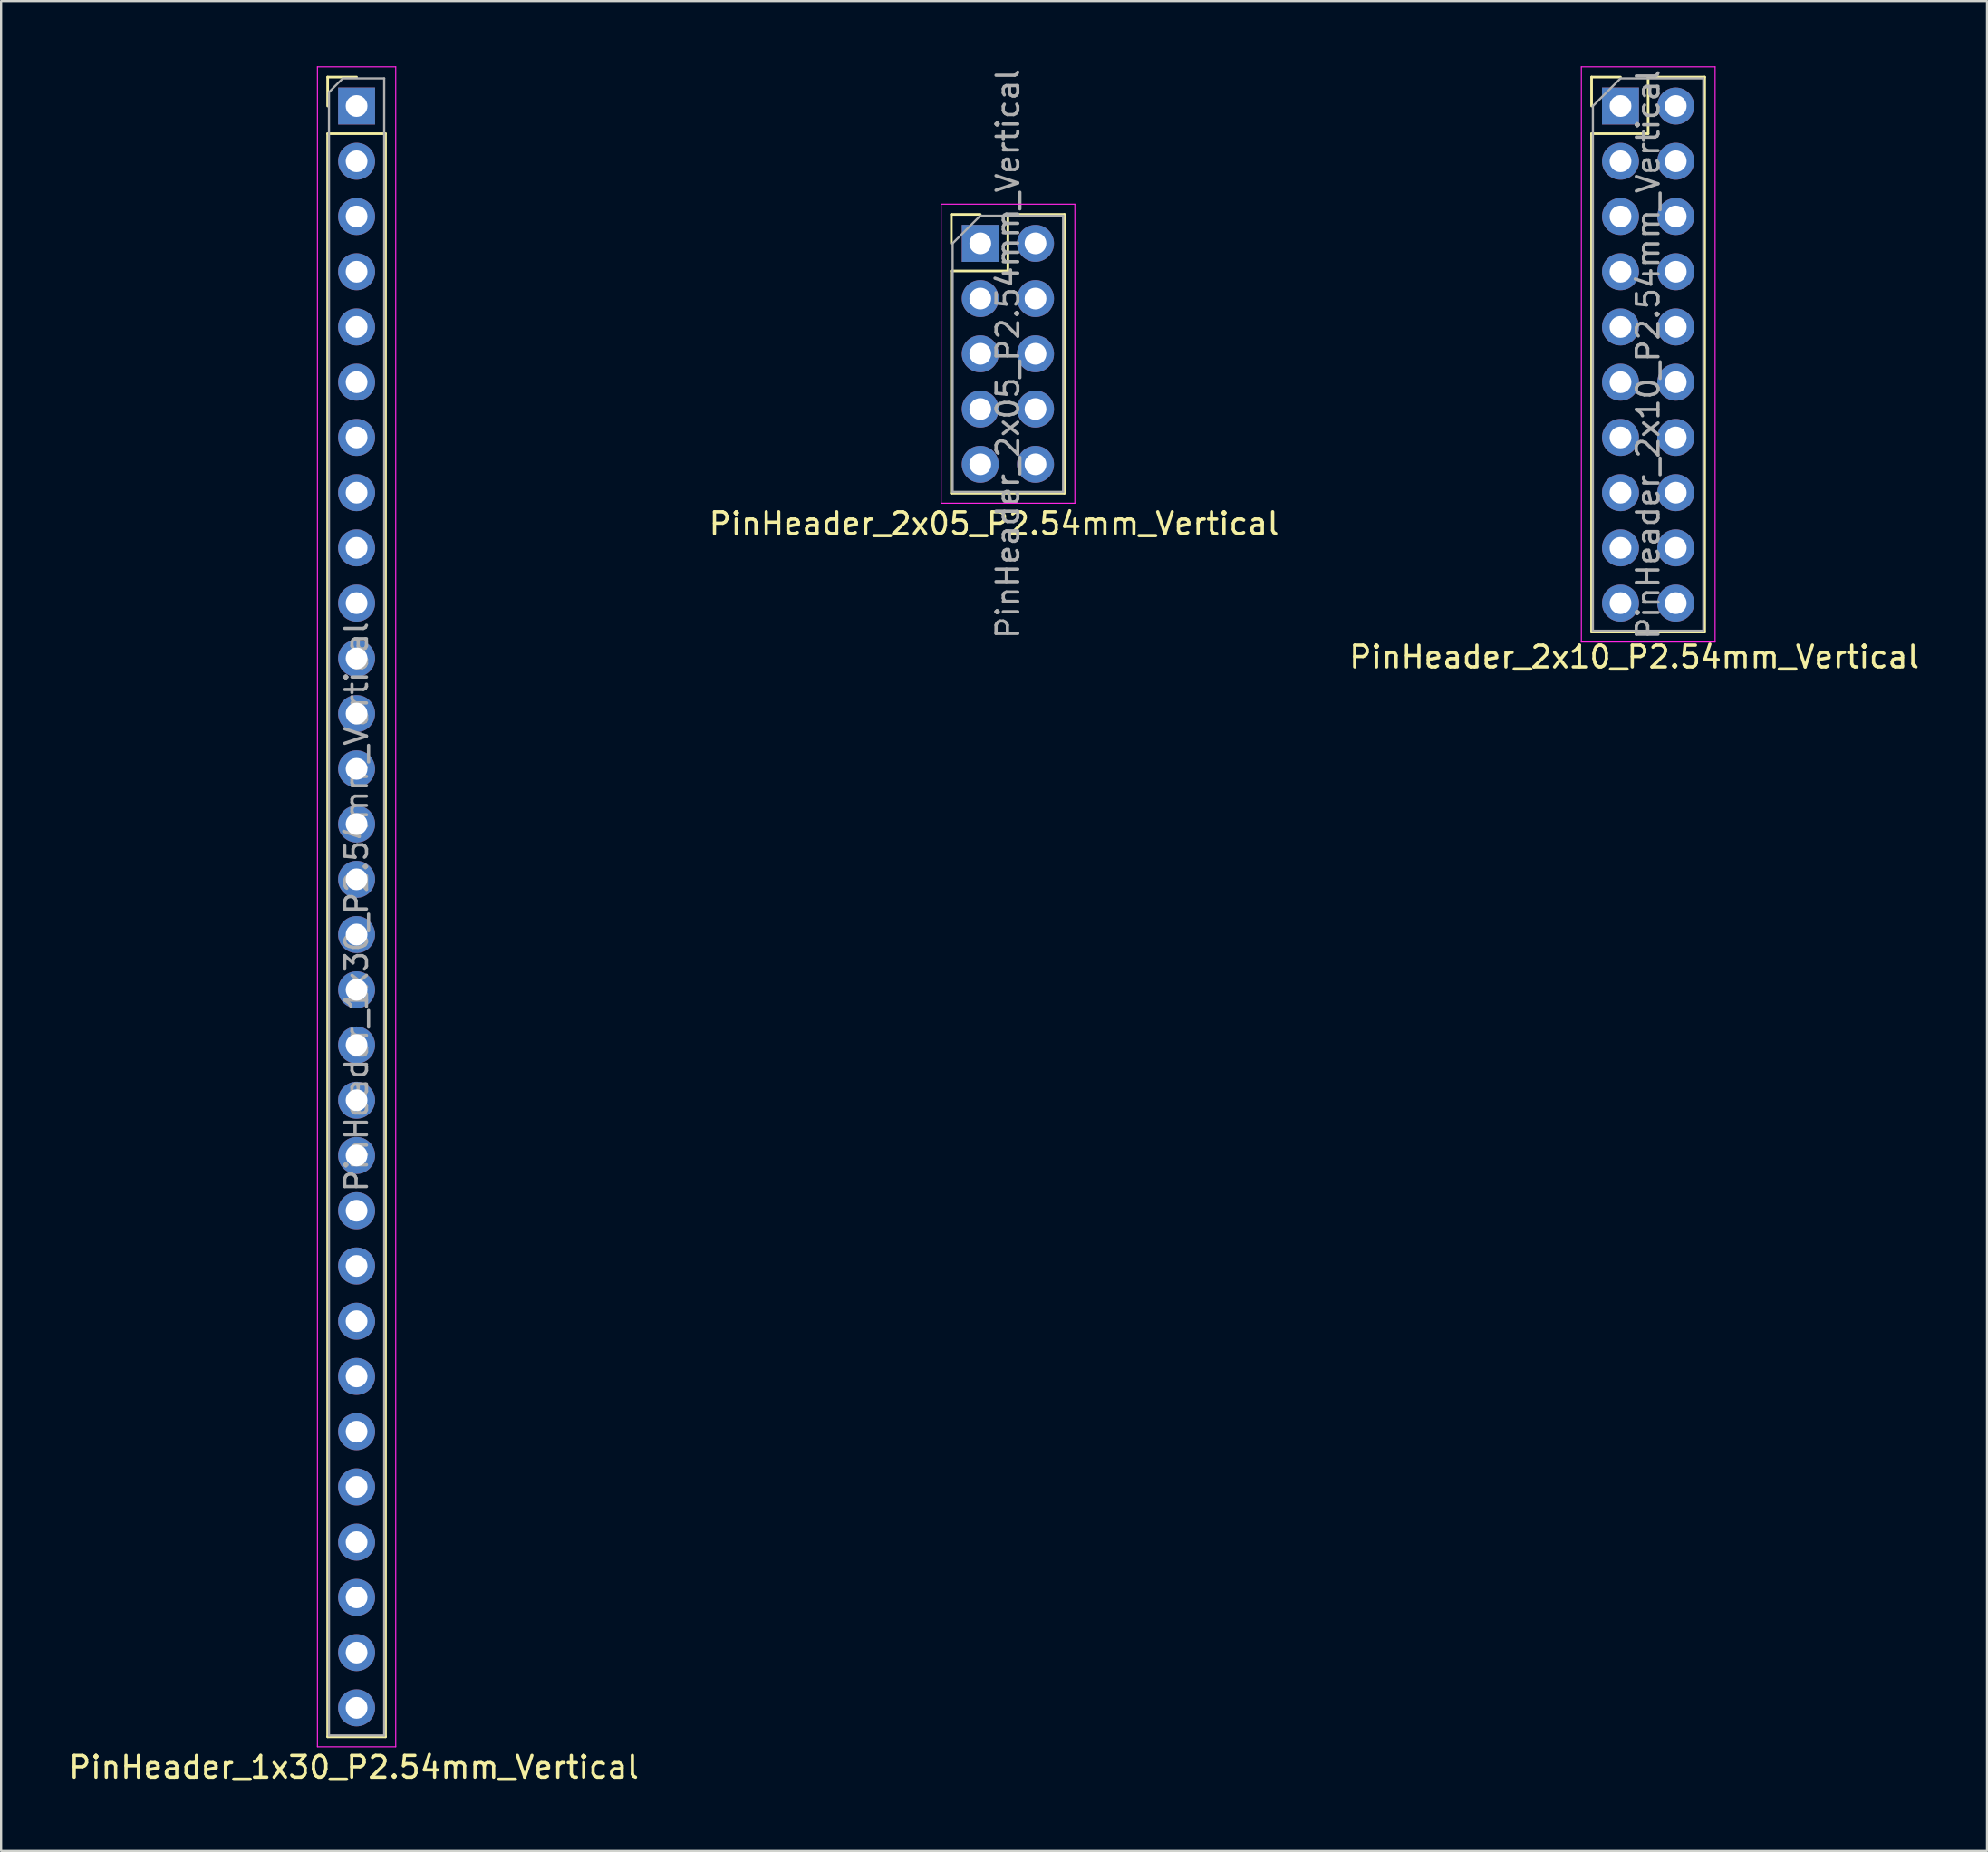
<source format=kicad_pcb>
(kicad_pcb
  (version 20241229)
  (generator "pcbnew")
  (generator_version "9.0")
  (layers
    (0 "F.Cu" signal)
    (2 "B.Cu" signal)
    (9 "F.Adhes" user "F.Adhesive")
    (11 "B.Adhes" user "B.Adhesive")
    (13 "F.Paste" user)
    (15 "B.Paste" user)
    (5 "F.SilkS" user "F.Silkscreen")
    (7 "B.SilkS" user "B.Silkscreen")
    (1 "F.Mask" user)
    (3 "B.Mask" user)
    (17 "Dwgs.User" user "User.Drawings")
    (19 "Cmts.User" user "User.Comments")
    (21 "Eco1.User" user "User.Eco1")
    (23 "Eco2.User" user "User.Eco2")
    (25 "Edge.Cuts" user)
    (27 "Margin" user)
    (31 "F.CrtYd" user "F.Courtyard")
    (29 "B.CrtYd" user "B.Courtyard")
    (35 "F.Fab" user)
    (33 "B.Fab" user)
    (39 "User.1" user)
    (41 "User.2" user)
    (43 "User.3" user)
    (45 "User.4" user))
  (footprint "PinHeader_2x10_P2.54mm_Vertical"
    (layer "F.Cu")
    (at 71.466 1.825)
    (property "Reference" "PinHeader_2x10_P2.54mm_Vertical" (at 0.635 25.337 0) (layer "F.SilkS") (effects (font (size 1 1) (thickness 0.15))))
    (attr through_hole)
    (fp_line (start -1.33 -1.33) (end 0 -1.33) (stroke (width 0.12) (type solid)) (layer "F.SilkS"))
    (fp_line (start -1.33 0) (end -1.33 -1.33) (stroke (width 0.12) (type solid)) (layer "F.SilkS"))
    (fp_line (start -1.33 1.27) (end -1.33 24.19) (stroke (width 0.12) (type solid)) (layer "F.SilkS"))
    (fp_line (start -1.33 1.27) (end 1.27 1.27) (stroke (width 0.12) (type solid)) (layer "F.SilkS"))
    (fp_line (start -1.33 24.19) (end 3.87 24.19) (stroke (width 0.12) (type solid)) (layer "F.SilkS"))
    (fp_line (start 1.27 -1.33) (end 3.87 -1.33) (stroke (width 0.12) (type solid)) (layer "F.SilkS"))
    (fp_line (start 1.27 1.27) (end 1.27 -1.33) (stroke (width 0.12) (type solid)) (layer "F.SilkS"))
    (fp_line (start 3.87 -1.33) (end 3.87 24.19) (stroke (width 0.12) (type solid)) (layer "F.SilkS"))
    (fp_line (start -1.8 -1.8) (end -1.8 24.65) (stroke (width 0.05) (type solid)) (layer "F.CrtYd"))
    (fp_line (start -1.8 24.65) (end 4.35 24.65) (stroke (width 0.05) (type solid)) (layer "F.CrtYd"))
    (fp_line (start 4.35 -1.8) (end -1.8 -1.8) (stroke (width 0.05) (type solid)) (layer "F.CrtYd"))
    (fp_line (start 4.35 24.65) (end 4.35 -1.8) (stroke (width 0.05) (type solid)) (layer "F.CrtYd"))
    (fp_line (start -1.27 0) (end 0 -1.27) (stroke (width 0.1) (type solid)) (layer "F.Fab"))
    (fp_line (start -1.27 24.13) (end -1.27 0) (stroke (width 0.1) (type solid)) (layer "F.Fab"))
    (fp_line (start 0 -1.27) (end 3.81 -1.27) (stroke (width 0.1) (type solid)) (layer "F.Fab"))
    (fp_line (start 3.81 -1.27) (end 3.81 24.13) (stroke (width 0.1) (type solid)) (layer "F.Fab"))
    (fp_line (start 3.81 24.13) (end -1.27 24.13) (stroke (width 0.1) (type solid)) (layer "F.Fab"))
    (fp_text user "${REFERENCE}" (at 1.27 11.43 90) (layer "F.Fab") (effects (font (size 1 1) (thickness 0.15))))
    (pad "1" thru_hole rect (at 0 0) (size 1.7 1.7) (drill 1) (layers "*.Cu" "*.Mask"))
    (pad "2" thru_hole oval (at 2.54 0) (size 1.7 1.7) (drill 1) (layers "*.Cu" "*.Mask"))
    (pad "3" thru_hole oval (at 0 2.54) (size 1.7 1.7) (drill 1) (layers "*.Cu" "*.Mask"))
    (pad "4" thru_hole oval (at 2.54 2.54) (size 1.7 1.7) (drill 1) (layers "*.Cu" "*.Mask"))
    (pad "5" thru_hole oval (at 0 5.08) (size 1.7 1.7) (drill 1) (layers "*.Cu" "*.Mask"))
    (pad "6" thru_hole oval (at 2.54 5.08) (size 1.7 1.7) (drill 1) (layers "*.Cu" "*.Mask"))
    (pad "7" thru_hole oval (at 0 7.62) (size 1.7 1.7) (drill 1) (layers "*.Cu" "*.Mask"))
    (pad "8" thru_hole oval (at 2.54 7.62) (size 1.7 1.7) (drill 1) (layers "*.Cu" "*.Mask"))
    (pad "9" thru_hole oval (at 0 10.16) (size 1.7 1.7) (drill 1) (layers "*.Cu" "*.Mask"))
    (pad "10" thru_hole oval (at 2.54 10.16) (size 1.7 1.7) (drill 1) (layers "*.Cu" "*.Mask"))
    (pad "11" thru_hole oval (at 0 12.7) (size 1.7 1.7) (drill 1) (layers "*.Cu" "*.Mask"))
    (pad "12" thru_hole oval (at 2.54 12.7) (size 1.7 1.7) (drill 1) (layers "*.Cu" "*.Mask"))
    (pad "13" thru_hole oval (at 0 15.24) (size 1.7 1.7) (drill 1) (layers "*.Cu" "*.Mask"))
    (pad "14" thru_hole oval (at 2.54 15.24) (size 1.7 1.7) (drill 1) (layers "*.Cu" "*.Mask"))
    (pad "15" thru_hole oval (at 0 17.78) (size 1.7 1.7) (drill 1) (layers "*.Cu" "*.Mask"))
    (pad "16" thru_hole oval (at 2.54 17.78) (size 1.7 1.7) (drill 1) (layers "*.Cu" "*.Mask"))
    (pad "17" thru_hole oval (at 0 20.32) (size 1.7 1.7) (drill 1) (layers "*.Cu" "*.Mask"))
    (pad "18" thru_hole oval (at 2.54 20.32) (size 1.7 1.7) (drill 1) (layers "*.Cu" "*.Mask"))
    (pad "19" thru_hole oval (at 0 22.86) (size 1.7 1.7) (drill 1) (layers "*.Cu" "*.Mask"))
    (pad "20" thru_hole oval (at 2.54 22.86) (size 1.7 1.7) (drill 1) (layers "*.Cu" "*.Mask")))
  (footprint "PinHeader_1x30_P2.54mm_Vertical"
    (layer "F.Cu")
    (at 13.347 1.825)
    (property "Reference" "PinHeader_1x30_P2.54mm_Vertical" (at -0.127 76.391 0) (layer "F.SilkS") (effects (font (size 1 1) (thickness 0.15))))
    (attr through_hole)
    (fp_line (start -1.33 -1.33) (end 0 -1.33) (stroke (width 0.12) (type solid)) (layer "F.SilkS"))
    (fp_line (start -1.33 0) (end -1.33 -1.33) (stroke (width 0.12) (type solid)) (layer "F.SilkS"))
    (fp_line (start -1.33 1.27) (end -1.33 74.99) (stroke (width 0.12) (type solid)) (layer "F.SilkS"))
    (fp_line (start -1.33 1.27) (end 1.33 1.27) (stroke (width 0.12) (type solid)) (layer "F.SilkS"))
    (fp_line (start -1.33 74.99) (end 1.33 74.99) (stroke (width 0.12) (type solid)) (layer "F.SilkS"))
    (fp_line (start 1.33 1.27) (end 1.33 74.99) (stroke (width 0.12) (type solid)) (layer "F.SilkS"))
    (fp_line (start -1.8 -1.8) (end -1.8 75.45) (stroke (width 0.05) (type solid)) (layer "F.CrtYd"))
    (fp_line (start -1.8 75.45) (end 1.8 75.45) (stroke (width 0.05) (type solid)) (layer "F.CrtYd"))
    (fp_line (start 1.8 -1.8) (end -1.8 -1.8) (stroke (width 0.05) (type solid)) (layer "F.CrtYd"))
    (fp_line (start 1.8 75.45) (end 1.8 -1.8) (stroke (width 0.05) (type solid)) (layer "F.CrtYd"))
    (fp_line (start -1.27 -0.635) (end -0.635 -1.27) (stroke (width 0.1) (type solid)) (layer "F.Fab"))
    (fp_line (start -1.27 74.93) (end -1.27 -0.635) (stroke (width 0.1) (type solid)) (layer "F.Fab"))
    (fp_line (start -0.635 -1.27) (end 1.27 -1.27) (stroke (width 0.1) (type solid)) (layer "F.Fab"))
    (fp_line (start 1.27 -1.27) (end 1.27 74.93) (stroke (width 0.1) (type solid)) (layer "F.Fab"))
    (fp_line (start 1.27 74.93) (end -1.27 74.93) (stroke (width 0.1) (type solid)) (layer "F.Fab"))
    (fp_text user "${REFERENCE}" (at 0 36.83 90) (layer "F.Fab") (effects (font (size 1 1) (thickness 0.15))))
    (pad "1" thru_hole rect (at 0 0) (size 1.7 1.7) (drill 1) (layers "*.Cu" "*.Mask"))
    (pad "2" thru_hole oval (at 0 2.54) (size 1.7 1.7) (drill 1) (layers "*.Cu" "*.Mask"))
    (pad "3" thru_hole oval (at 0 5.08) (size 1.7 1.7) (drill 1) (layers "*.Cu" "*.Mask"))
    (pad "4" thru_hole oval (at 0 7.62) (size 1.7 1.7) (drill 1) (layers "*.Cu" "*.Mask"))
    (pad "5" thru_hole oval (at 0 10.16) (size 1.7 1.7) (drill 1) (layers "*.Cu" "*.Mask"))
    (pad "6" thru_hole oval (at 0 12.7) (size 1.7 1.7) (drill 1) (layers "*.Cu" "*.Mask"))
    (pad "7" thru_hole oval (at 0 15.24) (size 1.7 1.7) (drill 1) (layers "*.Cu" "*.Mask"))
    (pad "8" thru_hole oval (at 0 17.78) (size 1.7 1.7) (drill 1) (layers "*.Cu" "*.Mask"))
    (pad "9" thru_hole oval (at 0 20.32) (size 1.7 1.7) (drill 1) (layers "*.Cu" "*.Mask"))
    (pad "10" thru_hole oval (at 0 22.86) (size 1.7 1.7) (drill 1) (layers "*.Cu" "*.Mask"))
    (pad "11" thru_hole oval (at 0 25.4) (size 1.7 1.7) (drill 1) (layers "*.Cu" "*.Mask"))
    (pad "12" thru_hole oval (at 0 27.94) (size 1.7 1.7) (drill 1) (layers "*.Cu" "*.Mask"))
    (pad "13" thru_hole oval (at 0 30.48) (size 1.7 1.7) (drill 1) (layers "*.Cu" "*.Mask"))
    (pad "14" thru_hole oval (at 0 33.02) (size 1.7 1.7) (drill 1) (layers "*.Cu" "*.Mask"))
    (pad "15" thru_hole oval (at 0 35.56) (size 1.7 1.7) (drill 1) (layers "*.Cu" "*.Mask"))
    (pad "16" thru_hole oval (at 0 38.1) (size 1.7 1.7) (drill 1) (layers "*.Cu" "*.Mask"))
    (pad "17" thru_hole oval (at 0 40.64) (size 1.7 1.7) (drill 1) (layers "*.Cu" "*.Mask"))
    (pad "18" thru_hole oval (at 0 43.18) (size 1.7 1.7) (drill 1) (layers "*.Cu" "*.Mask"))
    (pad "19" thru_hole oval (at 0 45.72) (size 1.7 1.7) (drill 1) (layers "*.Cu" "*.Mask"))
    (pad "20" thru_hole oval (at 0 48.26) (size 1.7 1.7) (drill 1) (layers "*.Cu" "*.Mask"))
    (pad "21" thru_hole oval (at 0 50.8) (size 1.7 1.7) (drill 1) (layers "*.Cu" "*.Mask"))
    (pad "22" thru_hole oval (at 0 53.34) (size 1.7 1.7) (drill 1) (layers "*.Cu" "*.Mask"))
    (pad "23" thru_hole oval (at 0 55.88) (size 1.7 1.7) (drill 1) (layers "*.Cu" "*.Mask"))
    (pad "24" thru_hole oval (at 0 58.42) (size 1.7 1.7) (drill 1) (layers "*.Cu" "*.Mask"))
    (pad "25" thru_hole oval (at 0 60.96) (size 1.7 1.7) (drill 1) (layers "*.Cu" "*.Mask"))
    (pad "26" thru_hole oval (at 0 63.5) (size 1.7 1.7) (drill 1) (layers "*.Cu" "*.Mask"))
    (pad "27" thru_hole oval (at 0 66.04) (size 1.7 1.7) (drill 1) (layers "*.Cu" "*.Mask"))
    (pad "28" thru_hole oval (at 0 68.58) (size 1.7 1.7) (drill 1) (layers "*.Cu" "*.Mask"))
    (pad "29" thru_hole oval (at 0 71.12) (size 1.7 1.7) (drill 1) (layers "*.Cu" "*.Mask"))
    (pad "30" thru_hole oval (at 0 73.66) (size 1.7 1.7) (drill 1) (layers "*.Cu" "*.Mask")))
  (footprint "PinHeader_2x05_P2.54mm_Vertical"
    (layer "F.Cu")
    (at 42.026 8.14)
    (property "Reference" "PinHeader_2x05_P2.54mm_Vertical" (at 0.635 12.89 0) (layer "F.SilkS") (effects (font (size 1 1) (thickness 0.15))))
    (attr through_hole)
    (fp_line (start -1.33 -1.33) (end 0 -1.33) (stroke (width 0.12) (type solid)) (layer "F.SilkS"))
    (fp_line (start -1.33 0) (end -1.33 -1.33) (stroke (width 0.12) (type solid)) (layer "F.SilkS"))
    (fp_line (start -1.33 1.27) (end -1.33 11.49) (stroke (width 0.12) (type solid)) (layer "F.SilkS"))
    (fp_line (start -1.33 1.27) (end 1.27 1.27) (stroke (width 0.12) (type solid)) (layer "F.SilkS"))
    (fp_line (start -1.33 11.49) (end 3.87 11.49) (stroke (width 0.12) (type solid)) (layer "F.SilkS"))
    (fp_line (start 1.27 -1.33) (end 3.87 -1.33) (stroke (width 0.12) (type solid)) (layer "F.SilkS"))
    (fp_line (start 1.27 1.27) (end 1.27 -1.33) (stroke (width 0.12) (type solid)) (layer "F.SilkS"))
    (fp_line (start 3.87 -1.33) (end 3.87 11.49) (stroke (width 0.12) (type solid)) (layer "F.SilkS"))
    (fp_line (start -1.8 -1.8) (end -1.8 11.95) (stroke (width 0.05) (type solid)) (layer "F.CrtYd"))
    (fp_line (start -1.8 11.95) (end 4.35 11.95) (stroke (width 0.05) (type solid)) (layer "F.CrtYd"))
    (fp_line (start 4.35 -1.8) (end -1.8 -1.8) (stroke (width 0.05) (type solid)) (layer "F.CrtYd"))
    (fp_line (start 4.35 11.95) (end 4.35 -1.8) (stroke (width 0.05) (type solid)) (layer "F.CrtYd"))
    (fp_line (start -1.27 0) (end 0 -1.27) (stroke (width 0.1) (type solid)) (layer "F.Fab"))
    (fp_line (start -1.27 11.43) (end -1.27 0) (stroke (width 0.1) (type solid)) (layer "F.Fab"))
    (fp_line (start 0 -1.27) (end 3.81 -1.27) (stroke (width 0.1) (type solid)) (layer "F.Fab"))
    (fp_line (start 3.81 -1.27) (end 3.81 11.43) (stroke (width 0.1) (type solid)) (layer "F.Fab"))
    (fp_line (start 3.81 11.43) (end -1.27 11.43) (stroke (width 0.1) (type solid)) (layer "F.Fab"))
    (fp_text user "${REFERENCE}" (at 1.27 5.08 90) (layer "F.Fab") (effects (font (size 1 1) (thickness 0.15))))
    (pad "1" thru_hole rect (at 0 0) (size 1.7 1.7) (drill 1) (layers "*.Cu" "*.Mask"))
    (pad "2" thru_hole oval (at 2.54 0) (size 1.7 1.7) (drill 1) (layers "*.Cu" "*.Mask"))
    (pad "3" thru_hole oval (at 0 2.54) (size 1.7 1.7) (drill 1) (layers "*.Cu" "*.Mask"))
    (pad "4" thru_hole oval (at 2.54 2.54) (size 1.7 1.7) (drill 1) (layers "*.Cu" "*.Mask"))
    (pad "5" thru_hole oval (at 0 5.08) (size 1.7 1.7) (drill 1) (layers "*.Cu" "*.Mask"))
    (pad "6" thru_hole oval (at 2.54 5.08) (size 1.7 1.7) (drill 1) (layers "*.Cu" "*.Mask"))
    (pad "7" thru_hole oval (at 0 7.62) (size 1.7 1.7) (drill 1) (layers "*.Cu" "*.Mask"))
    (pad "8" thru_hole oval (at 2.54 7.62) (size 1.7 1.7) (drill 1) (layers "*.Cu" "*.Mask"))
    (pad "9" thru_hole oval (at 0 10.16) (size 1.7 1.7) (drill 1) (layers "*.Cu" "*.Mask"))
    (pad "10" thru_hole oval (at 2.54 10.16) (size 1.7 1.7) (drill 1) (layers "*.Cu" "*.Mask")))
  (gr_rect
    (start -3 -3)
    (end 88.321 82.064)
    (stroke (width 0.1) (type default))
    (fill no)
    (layer "Edge.Cuts")))
</source>
